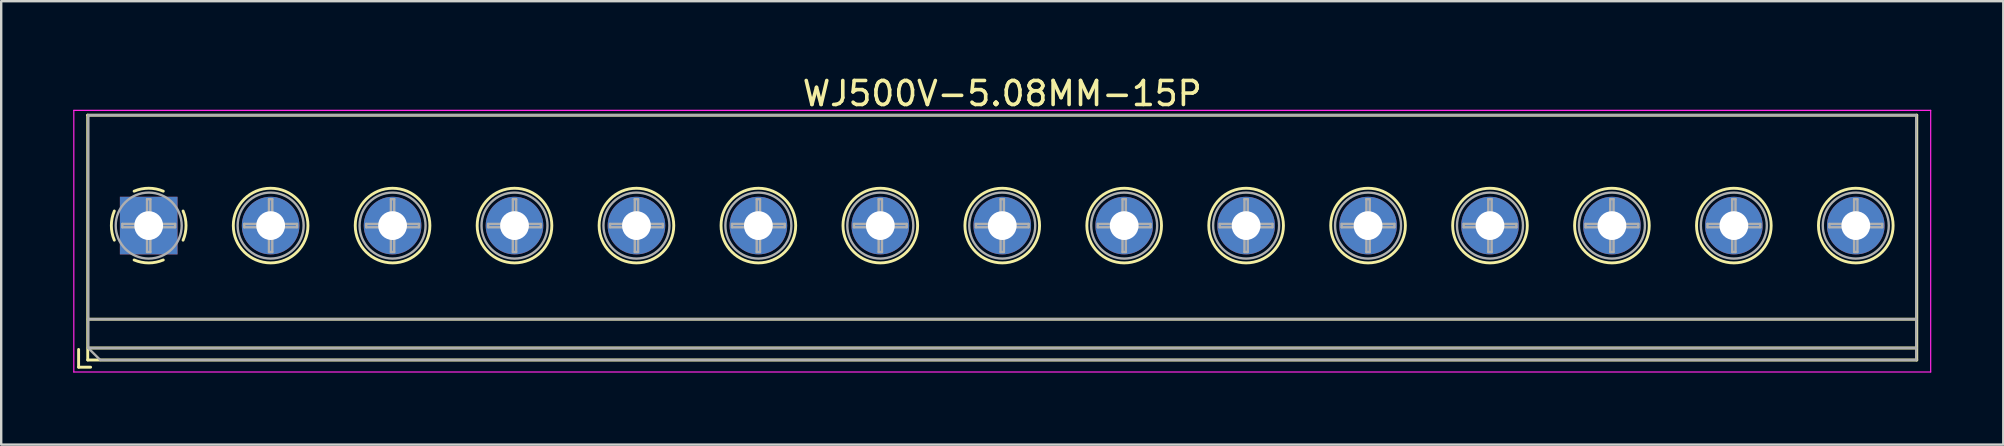
<source format=kicad_pcb>
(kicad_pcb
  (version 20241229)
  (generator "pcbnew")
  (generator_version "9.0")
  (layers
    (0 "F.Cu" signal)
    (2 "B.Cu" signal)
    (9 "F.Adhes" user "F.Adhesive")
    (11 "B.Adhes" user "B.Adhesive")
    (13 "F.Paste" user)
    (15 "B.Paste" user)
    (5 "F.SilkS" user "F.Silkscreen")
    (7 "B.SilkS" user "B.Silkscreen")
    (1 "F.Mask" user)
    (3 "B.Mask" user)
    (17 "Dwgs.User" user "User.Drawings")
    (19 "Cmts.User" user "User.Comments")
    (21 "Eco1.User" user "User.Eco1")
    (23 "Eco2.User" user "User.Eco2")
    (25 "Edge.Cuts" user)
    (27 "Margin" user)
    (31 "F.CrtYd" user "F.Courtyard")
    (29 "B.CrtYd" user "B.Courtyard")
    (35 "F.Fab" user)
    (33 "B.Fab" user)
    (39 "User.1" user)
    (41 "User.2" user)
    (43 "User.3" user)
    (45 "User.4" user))
  (footprint "WJ500V-5.08MM-15P"
    (layer "F.Cu")
    (at 38.705 6.348)
    (property "Reference" "WJ500V-5.08MM-15P" (at 0 -5.5 0) (layer "F.SilkS") (effects (font (size 1 1) (thickness 0.15))))
    (attr through_hole)
    (fp_line (start -38.48 5.16) (end -38.48 5.9) (stroke (width 0.12) (type solid)) (layer "F.SilkS"))
    (fp_line (start -38.48 5.9) (end -37.98 5.9) (stroke (width 0.12) (type solid)) (layer "F.SilkS"))
    (fp_line (start -38.1 -4.6) (end -38.1 5.6) (stroke (width 0.12) (type solid)) (layer "F.SilkS"))
    (fp_line (start -38.1 -4.6) (end 38.1 -4.6) (stroke (width 0.12) (type solid)) (layer "F.SilkS"))
    (fp_line (start -38.1 5.6) (end 38.1 5.6) (stroke (width 0.12) (type solid)) (layer "F.SilkS"))
    (fp_line (start -38.08 3.9) (end 38.08 3.9) (stroke (width 0.12) (type solid)) (layer "F.SilkS"))
    (fp_line (start -38.08 5.1) (end 38.08 5.1) (stroke (width 0.12) (type solid)) (layer "F.SilkS"))
    (fp_line (start 38.1 -4.6) (end 38.1 5.6) (stroke (width 0.12) (type solid)) (layer "F.SilkS"))
    (fp_arc (start -36.992109 0.607742) (mid -37.115727 -0.00014) (end -36.992 -0.608) (stroke (width 0.12) (type solid)) (layer "F.SilkS"))
    (fp_arc (start -36.167742 -1.432109) (mid -35.55986 -1.555727) (end -34.952 -1.432) (stroke (width 0.12) (type solid)) (layer "F.SilkS"))
    (fp_arc (start -34.952258 1.432109) (mid -35.56014 1.555727) (end -36.168 1.432) (stroke (width 0.12) (type solid)) (layer "F.SilkS"))
    (fp_arc (start -34.127891 -0.607742) (mid -34.004273 0.00014) (end -34.128 0.608) (stroke (width 0.12) (type solid)) (layer "F.SilkS"))
    (fp_circle (center -30.48 0) (end -28.925 0) (stroke (width 0.12) (type solid)) (fill no) (layer "F.SilkS"))
    (fp_circle (center -25.4 0) (end -23.845 0) (stroke (width 0.12) (type solid)) (fill no) (layer "F.SilkS"))
    (fp_circle (center -20.32 0) (end -18.765 0) (stroke (width 0.12) (type solid)) (fill no) (layer "F.SilkS"))
    (fp_circle (center -15.24 0) (end -13.685 0) (stroke (width 0.12) (type solid)) (fill no) (layer "F.SilkS"))
    (fp_circle (center -10.16 0) (end -8.605 0) (stroke (width 0.12) (type solid)) (fill no) (layer "F.SilkS"))
    (fp_circle (center -5.08 0) (end -3.525 0) (stroke (width 0.12) (type solid)) (fill no) (layer "F.SilkS"))
    (fp_circle (center 0 0) (end 1.555 0) (stroke (width 0.12) (type solid)) (fill no) (layer "F.SilkS"))
    (fp_circle (center 5.08 0) (end 6.635 0) (stroke (width 0.12) (type solid)) (fill no) (layer "F.SilkS"))
    (fp_circle (center 10.16 0) (end 11.715 0) (stroke (width 0.12) (type solid)) (fill no) (layer "F.SilkS"))
    (fp_circle (center 15.24 0) (end 16.795 0) (stroke (width 0.12) (type solid)) (fill no) (layer "F.SilkS"))
    (fp_circle (center 20.32 0) (end 21.875 0) (stroke (width 0.12) (type solid)) (fill no) (layer "F.SilkS"))
    (fp_circle (center 25.4 0) (end 26.955 0) (stroke (width 0.12) (type solid)) (fill no) (layer "F.SilkS"))
    (fp_circle (center 30.48 0) (end 32.035 0) (stroke (width 0.12) (type solid)) (fill no) (layer "F.SilkS"))
    (fp_circle (center 35.56 0) (end 37.115 0) (stroke (width 0.12) (type solid)) (fill no) (layer "F.SilkS"))
    (fp_line (start -38.68 -4.8) (end -38.68 6.1) (stroke (width 0.05) (type solid)) (layer "F.CrtYd"))
    (fp_line (start -38.68 6.1) (end 38.68 6.1) (stroke (width 0.05) (type solid)) (layer "F.CrtYd"))
    (fp_line (start 38.68 -4.8) (end -38.68 -4.8) (stroke (width 0.05) (type solid)) (layer "F.CrtYd"))
    (fp_line (start 38.68 6.1) (end 38.68 -4.8) (stroke (width 0.05) (type solid)) (layer "F.CrtYd"))
    (fp_line (start -38.08 -4.6) (end 38.08 -4.6) (stroke (width 0.1) (type solid)) (layer "F.Fab"))
    (fp_line (start -38.08 3.9) (end 38.08 3.9) (stroke (width 0.1) (type solid)) (layer "F.Fab"))
    (fp_line (start -38.08 5.1) (end -38.08 -4.6) (stroke (width 0.1) (type solid)) (layer "F.Fab"))
    (fp_line (start -38.08 5.1) (end 38.08 5.1) (stroke (width 0.1) (type solid)) (layer "F.Fab"))
    (fp_line (start -37.58 5.6) (end -38.08 5.1) (stroke (width 0.1) (type solid)) (layer "F.Fab"))
    (fp_line (start -36.66 -0.069) (end -35.629 -0.069) (stroke (width 0.1) (type solid)) (layer "F.Fab"))
    (fp_line (start -36.66 0.069) (end -36.66 -0.069) (stroke (width 0.1) (type solid)) (layer "F.Fab"))
    (fp_line (start -35.629 -1.1) (end -35.491 -1.1) (stroke (width 0.1) (type solid)) (layer "F.Fab"))
    (fp_line (start -35.629 -0.069) (end -35.629 -1.1) (stroke (width 0.1) (type solid)) (layer "F.Fab"))
    (fp_line (start -35.629 0.069) (end -36.66 0.069) (stroke (width 0.1) (type solid)) (layer "F.Fab"))
    (fp_line (start -35.629 1.1) (end -35.629 0.069) (stroke (width 0.1) (type solid)) (layer "F.Fab"))
    (fp_line (start -35.491 -1.1) (end -35.491 -0.069) (stroke (width 0.1) (type solid)) (layer "F.Fab"))
    (fp_line (start -35.491 -0.069) (end -34.46 -0.069) (stroke (width 0.1) (type solid)) (layer "F.Fab"))
    (fp_line (start -35.491 0.069) (end -35.491 1.1) (stroke (width 0.1) (type solid)) (layer "F.Fab"))
    (fp_line (start -35.491 1.1) (end -35.629 1.1) (stroke (width 0.1) (type solid)) (layer "F.Fab"))
    (fp_line (start -34.46 -0.069) (end -34.46 0.069) (stroke (width 0.1) (type solid)) (layer "F.Fab"))
    (fp_line (start -34.46 0.069) (end -35.491 0.069) (stroke (width 0.1) (type solid)) (layer "F.Fab"))
    (fp_line (start -31.58 -0.069) (end -30.549 -0.069) (stroke (width 0.1) (type solid)) (layer "F.Fab"))
    (fp_line (start -31.58 0.069) (end -31.58 -0.069) (stroke (width 0.1) (type solid)) (layer "F.Fab"))
    (fp_line (start -30.549 -1.1) (end -30.411 -1.1) (stroke (width 0.1) (type solid)) (layer "F.Fab"))
    (fp_line (start -30.549 -0.069) (end -30.549 -1.1) (stroke (width 0.1) (type solid)) (layer "F.Fab"))
    (fp_line (start -30.549 0.069) (end -31.58 0.069) (stroke (width 0.1) (type solid)) (layer "F.Fab"))
    (fp_line (start -30.549 1.1) (end -30.549 0.069) (stroke (width 0.1) (type solid)) (layer "F.Fab"))
    (fp_line (start -30.411 -1.1) (end -30.411 -0.069) (stroke (width 0.1) (type solid)) (layer "F.Fab"))
    (fp_line (start -30.411 -0.069) (end -29.38 -0.069) (stroke (width 0.1) (type solid)) (layer "F.Fab"))
    (fp_line (start -30.411 0.069) (end -30.411 1.1) (stroke (width 0.1) (type solid)) (layer "F.Fab"))
    (fp_line (start -30.411 1.1) (end -30.549 1.1) (stroke (width 0.1) (type solid)) (layer "F.Fab"))
    (fp_line (start -29.38 -0.069) (end -29.38 0.069) (stroke (width 0.1) (type solid)) (layer "F.Fab"))
    (fp_line (start -29.38 0.069) (end -30.411 0.069) (stroke (width 0.1) (type solid)) (layer "F.Fab"))
    (fp_line (start -26.5 -0.069) (end -25.469 -0.069) (stroke (width 0.1) (type solid)) (layer "F.Fab"))
    (fp_line (start -26.5 0.069) (end -26.5 -0.069) (stroke (width 0.1) (type solid)) (layer "F.Fab"))
    (fp_line (start -25.469 -1.1) (end -25.331 -1.1) (stroke (width 0.1) (type solid)) (layer "F.Fab"))
    (fp_line (start -25.469 -0.069) (end -25.469 -1.1) (stroke (width 0.1) (type solid)) (layer "F.Fab"))
    (fp_line (start -25.469 0.069) (end -26.5 0.069) (stroke (width 0.1) (type solid)) (layer "F.Fab"))
    (fp_line (start -25.469 1.1) (end -25.469 0.069) (stroke (width 0.1) (type solid)) (layer "F.Fab"))
    (fp_line (start -25.331 -1.1) (end -25.331 -0.069) (stroke (width 0.1) (type solid)) (layer "F.Fab"))
    (fp_line (start -25.331 -0.069) (end -24.3 -0.069) (stroke (width 0.1) (type solid)) (layer "F.Fab"))
    (fp_line (start -25.331 0.069) (end -25.331 1.1) (stroke (width 0.1) (type solid)) (layer "F.Fab"))
    (fp_line (start -25.331 1.1) (end -25.469 1.1) (stroke (width 0.1) (type solid)) (layer "F.Fab"))
    (fp_line (start -24.3 -0.069) (end -24.3 0.069) (stroke (width 0.1) (type solid)) (layer "F.Fab"))
    (fp_line (start -24.3 0.069) (end -25.331 0.069) (stroke (width 0.1) (type solid)) (layer "F.Fab"))
    (fp_line (start -21.42 -0.069) (end -20.389 -0.069) (stroke (width 0.1) (type solid)) (layer "F.Fab"))
    (fp_line (start -21.42 0.069) (end -21.42 -0.069) (stroke (width 0.1) (type solid)) (layer "F.Fab"))
    (fp_line (start -20.389 -1.1) (end -20.251 -1.1) (stroke (width 0.1) (type solid)) (layer "F.Fab"))
    (fp_line (start -20.389 -0.069) (end -20.389 -1.1) (stroke (width 0.1) (type solid)) (layer "F.Fab"))
    (fp_line (start -20.389 0.069) (end -21.42 0.069) (stroke (width 0.1) (type solid)) (layer "F.Fab"))
    (fp_line (start -20.389 1.1) (end -20.389 0.069) (stroke (width 0.1) (type solid)) (layer "F.Fab"))
    (fp_line (start -20.251 -1.1) (end -20.251 -0.069) (stroke (width 0.1) (type solid)) (layer "F.Fab"))
    (fp_line (start -20.251 -0.069) (end -19.22 -0.069) (stroke (width 0.1) (type solid)) (layer "F.Fab"))
    (fp_line (start -20.251 0.069) (end -20.251 1.1) (stroke (width 0.1) (type solid)) (layer "F.Fab"))
    (fp_line (start -20.251 1.1) (end -20.389 1.1) (stroke (width 0.1) (type solid)) (layer "F.Fab"))
    (fp_line (start -19.22 -0.069) (end -19.22 0.069) (stroke (width 0.1) (type solid)) (layer "F.Fab"))
    (fp_line (start -19.22 0.069) (end -20.251 0.069) (stroke (width 0.1) (type solid)) (layer "F.Fab"))
    (fp_line (start -16.34 -0.069) (end -15.309 -0.069) (stroke (width 0.1) (type solid)) (layer "F.Fab"))
    (fp_line (start -16.34 0.069) (end -16.34 -0.069) (stroke (width 0.1) (type solid)) (layer "F.Fab"))
    (fp_line (start -15.309 -1.1) (end -15.171 -1.1) (stroke (width 0.1) (type solid)) (layer "F.Fab"))
    (fp_line (start -15.309 -0.069) (end -15.309 -1.1) (stroke (width 0.1) (type solid)) (layer "F.Fab"))
    (fp_line (start -15.309 0.069) (end -16.34 0.069) (stroke (width 0.1) (type solid)) (layer "F.Fab"))
    (fp_line (start -15.309 1.1) (end -15.309 0.069) (stroke (width 0.1) (type solid)) (layer "F.Fab"))
    (fp_line (start -15.171 -1.1) (end -15.171 -0.069) (stroke (width 0.1) (type solid)) (layer "F.Fab"))
    (fp_line (start -15.171 -0.069) (end -14.14 -0.069) (stroke (width 0.1) (type solid)) (layer "F.Fab"))
    (fp_line (start -15.171 0.069) (end -15.171 1.1) (stroke (width 0.1) (type solid)) (layer "F.Fab"))
    (fp_line (start -15.171 1.1) (end -15.309 1.1) (stroke (width 0.1) (type solid)) (layer "F.Fab"))
    (fp_line (start -14.14 -0.069) (end -14.14 0.069) (stroke (width 0.1) (type solid)) (layer "F.Fab"))
    (fp_line (start -14.14 0.069) (end -15.171 0.069) (stroke (width 0.1) (type solid)) (layer "F.Fab"))
    (fp_line (start -11.26 -0.069) (end -10.229 -0.069) (stroke (width 0.1) (type solid)) (layer "F.Fab"))
    (fp_line (start -11.26 0.069) (end -11.26 -0.069) (stroke (width 0.1) (type solid)) (layer "F.Fab"))
    (fp_line (start -10.229 -1.1) (end -10.091 -1.1) (stroke (width 0.1) (type solid)) (layer "F.Fab"))
    (fp_line (start -10.229 -0.069) (end -10.229 -1.1) (stroke (width 0.1) (type solid)) (layer "F.Fab"))
    (fp_line (start -10.229 0.069) (end -11.26 0.069) (stroke (width 0.1) (type solid)) (layer "F.Fab"))
    (fp_line (start -10.229 1.1) (end -10.229 0.069) (stroke (width 0.1) (type solid)) (layer "F.Fab"))
    (fp_line (start -10.091 -1.1) (end -10.091 -0.069) (stroke (width 0.1) (type solid)) (layer "F.Fab"))
    (fp_line (start -10.091 -0.069) (end -9.06 -0.069) (stroke (width 0.1) (type solid)) (layer "F.Fab"))
    (fp_line (start -10.091 0.069) (end -10.091 1.1) (stroke (width 0.1) (type solid)) (layer "F.Fab"))
    (fp_line (start -10.091 1.1) (end -10.229 1.1) (stroke (width 0.1) (type solid)) (layer "F.Fab"))
    (fp_line (start -9.06 -0.069) (end -9.06 0.069) (stroke (width 0.1) (type solid)) (layer "F.Fab"))
    (fp_line (start -9.06 0.069) (end -10.091 0.069) (stroke (width 0.1) (type solid)) (layer "F.Fab"))
    (fp_line (start -6.18 -0.069) (end -5.149 -0.069) (stroke (width 0.1) (type solid)) (layer "F.Fab"))
    (fp_line (start -6.18 0.069) (end -6.18 -0.069) (stroke (width 0.1) (type solid)) (layer "F.Fab"))
    (fp_line (start -5.149 -1.1) (end -5.011 -1.1) (stroke (width 0.1) (type solid)) (layer "F.Fab"))
    (fp_line (start -5.149 -0.069) (end -5.149 -1.1) (stroke (width 0.1) (type solid)) (layer "F.Fab"))
    (fp_line (start -5.149 0.069) (end -6.18 0.069) (stroke (width 0.1) (type solid)) (layer "F.Fab"))
    (fp_line (start -5.149 1.1) (end -5.149 0.069) (stroke (width 0.1) (type solid)) (layer "F.Fab"))
    (fp_line (start -5.011 -1.1) (end -5.011 -0.069) (stroke (width 0.1) (type solid)) (layer "F.Fab"))
    (fp_line (start -5.011 -0.069) (end -3.98 -0.069) (stroke (width 0.1) (type solid)) (layer "F.Fab"))
    (fp_line (start -5.011 0.069) (end -5.011 1.1) (stroke (width 0.1) (type solid)) (layer "F.Fab"))
    (fp_line (start -5.011 1.1) (end -5.149 1.1) (stroke (width 0.1) (type solid)) (layer "F.Fab"))
    (fp_line (start -3.98 -0.069) (end -3.98 0.069) (stroke (width 0.1) (type solid)) (layer "F.Fab"))
    (fp_line (start -3.98 0.069) (end -5.011 0.069) (stroke (width 0.1) (type solid)) (layer "F.Fab"))
    (fp_line (start -1.1 -0.069) (end -0.069 -0.069) (stroke (width 0.1) (type solid)) (layer "F.Fab"))
    (fp_line (start -1.1 0.069) (end -1.1 -0.069) (stroke (width 0.1) (type solid)) (layer "F.Fab"))
    (fp_line (start -0.069 -1.1) (end 0.069 -1.1) (stroke (width 0.1) (type solid)) (layer "F.Fab"))
    (fp_line (start -0.069 -0.069) (end -0.069 -1.1) (stroke (width 0.1) (type solid)) (layer "F.Fab"))
    (fp_line (start -0.069 0.069) (end -1.1 0.069) (stroke (width 0.1) (type solid)) (layer "F.Fab"))
    (fp_line (start -0.069 1.1) (end -0.069 0.069) (stroke (width 0.1) (type solid)) (layer "F.Fab"))
    (fp_line (start 0.069 -1.1) (end 0.069 -0.069) (stroke (width 0.1) (type solid)) (layer "F.Fab"))
    (fp_line (start 0.069 -0.069) (end 1.1 -0.069) (stroke (width 0.1) (type solid)) (layer "F.Fab"))
    (fp_line (start 0.069 0.069) (end 0.069 1.1) (stroke (width 0.1) (type solid)) (layer "F.Fab"))
    (fp_line (start 0.069 1.1) (end -0.069 1.1) (stroke (width 0.1) (type solid)) (layer "F.Fab"))
    (fp_line (start 1.1 -0.069) (end 1.1 0.069) (stroke (width 0.1) (type solid)) (layer "F.Fab"))
    (fp_line (start 1.1 0.069) (end 0.069 0.069) (stroke (width 0.1) (type solid)) (layer "F.Fab"))
    (fp_line (start 3.98 -0.069) (end 5.011 -0.069) (stroke (width 0.1) (type solid)) (layer "F.Fab"))
    (fp_line (start 3.98 0.069) (end 3.98 -0.069) (stroke (width 0.1) (type solid)) (layer "F.Fab"))
    (fp_line (start 5.011 -1.1) (end 5.149 -1.1) (stroke (width 0.1) (type solid)) (layer "F.Fab"))
    (fp_line (start 5.011 -0.069) (end 5.011 -1.1) (stroke (width 0.1) (type solid)) (layer "F.Fab"))
    (fp_line (start 5.011 0.069) (end 3.98 0.069) (stroke (width 0.1) (type solid)) (layer "F.Fab"))
    (fp_line (start 5.011 1.1) (end 5.011 0.069) (stroke (width 0.1) (type solid)) (layer "F.Fab"))
    (fp_line (start 5.149 -1.1) (end 5.149 -0.069) (stroke (width 0.1) (type solid)) (layer "F.Fab"))
    (fp_line (start 5.149 -0.069) (end 6.18 -0.069) (stroke (width 0.1) (type solid)) (layer "F.Fab"))
    (fp_line (start 5.149 0.069) (end 5.149 1.1) (stroke (width 0.1) (type solid)) (layer "F.Fab"))
    (fp_line (start 5.149 1.1) (end 5.011 1.1) (stroke (width 0.1) (type solid)) (layer "F.Fab"))
    (fp_line (start 6.18 -0.069) (end 6.18 0.069) (stroke (width 0.1) (type solid)) (layer "F.Fab"))
    (fp_line (start 6.18 0.069) (end 5.149 0.069) (stroke (width 0.1) (type solid)) (layer "F.Fab"))
    (fp_line (start 9.06 -0.069) (end 10.091 -0.069) (stroke (width 0.1) (type solid)) (layer "F.Fab"))
    (fp_line (start 9.06 0.069) (end 9.06 -0.069) (stroke (width 0.1) (type solid)) (layer "F.Fab"))
    (fp_line (start 10.091 -1.1) (end 10.229 -1.1) (stroke (width 0.1) (type solid)) (layer "F.Fab"))
    (fp_line (start 10.091 -0.069) (end 10.091 -1.1) (stroke (width 0.1) (type solid)) (layer "F.Fab"))
    (fp_line (start 10.091 0.069) (end 9.06 0.069) (stroke (width 0.1) (type solid)) (layer "F.Fab"))
    (fp_line (start 10.091 1.1) (end 10.091 0.069) (stroke (width 0.1) (type solid)) (layer "F.Fab"))
    (fp_line (start 10.229 -1.1) (end 10.229 -0.069) (stroke (width 0.1) (type solid)) (layer "F.Fab"))
    (fp_line (start 10.229 -0.069) (end 11.26 -0.069) (stroke (width 0.1) (type solid)) (layer "F.Fab"))
    (fp_line (start 10.229 0.069) (end 10.229 1.1) (stroke (width 0.1) (type solid)) (layer "F.Fab"))
    (fp_line (start 10.229 1.1) (end 10.091 1.1) (stroke (width 0.1) (type solid)) (layer "F.Fab"))
    (fp_line (start 11.26 -0.069) (end 11.26 0.069) (stroke (width 0.1) (type solid)) (layer "F.Fab"))
    (fp_line (start 11.26 0.069) (end 10.229 0.069) (stroke (width 0.1) (type solid)) (layer "F.Fab"))
    (fp_line (start 14.14 -0.069) (end 15.171 -0.069) (stroke (width 0.1) (type solid)) (layer "F.Fab"))
    (fp_line (start 14.14 0.069) (end 14.14 -0.069) (stroke (width 0.1) (type solid)) (layer "F.Fab"))
    (fp_line (start 15.171 -1.1) (end 15.309 -1.1) (stroke (width 0.1) (type solid)) (layer "F.Fab"))
    (fp_line (start 15.171 -0.069) (end 15.171 -1.1) (stroke (width 0.1) (type solid)) (layer "F.Fab"))
    (fp_line (start 15.171 0.069) (end 14.14 0.069) (stroke (width 0.1) (type solid)) (layer "F.Fab"))
    (fp_line (start 15.171 1.1) (end 15.171 0.069) (stroke (width 0.1) (type solid)) (layer "F.Fab"))
    (fp_line (start 15.309 -1.1) (end 15.309 -0.069) (stroke (width 0.1) (type solid)) (layer "F.Fab"))
    (fp_line (start 15.309 -0.069) (end 16.34 -0.069) (stroke (width 0.1) (type solid)) (layer "F.Fab"))
    (fp_line (start 15.309 0.069) (end 15.309 1.1) (stroke (width 0.1) (type solid)) (layer "F.Fab"))
    (fp_line (start 15.309 1.1) (end 15.171 1.1) (stroke (width 0.1) (type solid)) (layer "F.Fab"))
    (fp_line (start 16.34 -0.069) (end 16.34 0.069) (stroke (width 0.1) (type solid)) (layer "F.Fab"))
    (fp_line (start 16.34 0.069) (end 15.309 0.069) (stroke (width 0.1) (type solid)) (layer "F.Fab"))
    (fp_line (start 19.22 -0.069) (end 20.251 -0.069) (stroke (width 0.1) (type solid)) (layer "F.Fab"))
    (fp_line (start 19.22 0.069) (end 19.22 -0.069) (stroke (width 0.1) (type solid)) (layer "F.Fab"))
    (fp_line (start 20.251 -1.1) (end 20.389 -1.1) (stroke (width 0.1) (type solid)) (layer "F.Fab"))
    (fp_line (start 20.251 -0.069) (end 20.251 -1.1) (stroke (width 0.1) (type solid)) (layer "F.Fab"))
    (fp_line (start 20.251 0.069) (end 19.22 0.069) (stroke (width 0.1) (type solid)) (layer "F.Fab"))
    (fp_line (start 20.251 1.1) (end 20.251 0.069) (stroke (width 0.1) (type solid)) (layer "F.Fab"))
    (fp_line (start 20.389 -1.1) (end 20.389 -0.069) (stroke (width 0.1) (type solid)) (layer "F.Fab"))
    (fp_line (start 20.389 -0.069) (end 21.42 -0.069) (stroke (width 0.1) (type solid)) (layer "F.Fab"))
    (fp_line (start 20.389 0.069) (end 20.389 1.1) (stroke (width 0.1) (type solid)) (layer "F.Fab"))
    (fp_line (start 20.389 1.1) (end 20.251 1.1) (stroke (width 0.1) (type solid)) (layer "F.Fab"))
    (fp_line (start 21.42 -0.069) (end 21.42 0.069) (stroke (width 0.1) (type solid)) (layer "F.Fab"))
    (fp_line (start 21.42 0.069) (end 20.389 0.069) (stroke (width 0.1) (type solid)) (layer "F.Fab"))
    (fp_line (start 24.3 -0.069) (end 25.331 -0.069) (stroke (width 0.1) (type solid)) (layer "F.Fab"))
    (fp_line (start 24.3 0.069) (end 24.3 -0.069) (stroke (width 0.1) (type solid)) (layer "F.Fab"))
    (fp_line (start 25.331 -1.1) (end 25.469 -1.1) (stroke (width 0.1) (type solid)) (layer "F.Fab"))
    (fp_line (start 25.331 -0.069) (end 25.331 -1.1) (stroke (width 0.1) (type solid)) (layer "F.Fab"))
    (fp_line (start 25.331 0.069) (end 24.3 0.069) (stroke (width 0.1) (type solid)) (layer "F.Fab"))
    (fp_line (start 25.331 1.1) (end 25.331 0.069) (stroke (width 0.1) (type solid)) (layer "F.Fab"))
    (fp_line (start 25.469 -1.1) (end 25.469 -0.069) (stroke (width 0.1) (type solid)) (layer "F.Fab"))
    (fp_line (start 25.469 -0.069) (end 26.5 -0.069) (stroke (width 0.1) (type solid)) (layer "F.Fab"))
    (fp_line (start 25.469 0.069) (end 25.469 1.1) (stroke (width 0.1) (type solid)) (layer "F.Fab"))
    (fp_line (start 25.469 1.1) (end 25.331 1.1) (stroke (width 0.1) (type solid)) (layer "F.Fab"))
    (fp_line (start 26.5 -0.069) (end 26.5 0.069) (stroke (width 0.1) (type solid)) (layer "F.Fab"))
    (fp_line (start 26.5 0.069) (end 25.469 0.069) (stroke (width 0.1) (type solid)) (layer "F.Fab"))
    (fp_line (start 29.38 -0.069) (end 30.411 -0.069) (stroke (width 0.1) (type solid)) (layer "F.Fab"))
    (fp_line (start 29.38 0.069) (end 29.38 -0.069) (stroke (width 0.1) (type solid)) (layer "F.Fab"))
    (fp_line (start 30.411 -1.1) (end 30.549 -1.1) (stroke (width 0.1) (type solid)) (layer "F.Fab"))
    (fp_line (start 30.411 -0.069) (end 30.411 -1.1) (stroke (width 0.1) (type solid)) (layer "F.Fab"))
    (fp_line (start 30.411 0.069) (end 29.38 0.069) (stroke (width 0.1) (type solid)) (layer "F.Fab"))
    (fp_line (start 30.411 1.1) (end 30.411 0.069) (stroke (width 0.1) (type solid)) (layer "F.Fab"))
    (fp_line (start 30.549 -1.1) (end 30.549 -0.069) (stroke (width 0.1) (type solid)) (layer "F.Fab"))
    (fp_line (start 30.549 -0.069) (end 31.58 -0.069) (stroke (width 0.1) (type solid)) (layer "F.Fab"))
    (fp_line (start 30.549 0.069) (end 30.549 1.1) (stroke (width 0.1) (type solid)) (layer "F.Fab"))
    (fp_line (start 30.549 1.1) (end 30.411 1.1) (stroke (width 0.1) (type solid)) (layer "F.Fab"))
    (fp_line (start 31.58 -0.069) (end 31.58 0.069) (stroke (width 0.1) (type solid)) (layer "F.Fab"))
    (fp_line (start 31.58 0.069) (end 30.549 0.069) (stroke (width 0.1) (type solid)) (layer "F.Fab"))
    (fp_line (start 34.46 -0.069) (end 35.491 -0.069) (stroke (width 0.1) (type solid)) (layer "F.Fab"))
    (fp_line (start 34.46 0.069) (end 34.46 -0.069) (stroke (width 0.1) (type solid)) (layer "F.Fab"))
    (fp_line (start 35.491 -1.1) (end 35.629 -1.1) (stroke (width 0.1) (type solid)) (layer "F.Fab"))
    (fp_line (start 35.491 -0.069) (end 35.491 -1.1) (stroke (width 0.1) (type solid)) (layer "F.Fab"))
    (fp_line (start 35.491 0.069) (end 34.46 0.069) (stroke (width 0.1) (type solid)) (layer "F.Fab"))
    (fp_line (start 35.491 1.1) (end 35.491 0.069) (stroke (width 0.1) (type solid)) (layer "F.Fab"))
    (fp_line (start 35.629 -1.1) (end 35.629 -0.069) (stroke (width 0.1) (type solid)) (layer "F.Fab"))
    (fp_line (start 35.629 -0.069) (end 36.66 -0.069) (stroke (width 0.1) (type solid)) (layer "F.Fab"))
    (fp_line (start 35.629 0.069) (end 35.629 1.1) (stroke (width 0.1) (type solid)) (layer "F.Fab"))
    (fp_line (start 35.629 1.1) (end 35.491 1.1) (stroke (width 0.1) (type solid)) (layer "F.Fab"))
    (fp_line (start 36.66 -0.069) (end 36.66 0.069) (stroke (width 0.1) (type solid)) (layer "F.Fab"))
    (fp_line (start 36.66 0.069) (end 35.629 0.069) (stroke (width 0.1) (type solid)) (layer "F.Fab"))
    (fp_line (start 38.08 -4.6) (end 38.08 5.6) (stroke (width 0.1) (type solid)) (layer "F.Fab"))
    (fp_line (start 38.08 5.6) (end -37.58 5.6) (stroke (width 0.1) (type solid)) (layer "F.Fab"))
    (fp_circle (center -35.56 0) (end -34.185 0) (stroke (width 0.1) (type solid)) (fill no) (layer "F.Fab"))
    (fp_circle (center -30.48 0) (end -29.105 0) (stroke (width 0.1) (type solid)) (fill no) (layer "F.Fab"))
    (fp_circle (center -25.4 0) (end -24.025 0) (stroke (width 0.1) (type solid)) (fill no) (layer "F.Fab"))
    (fp_circle (center -20.32 0) (end -18.945 0) (stroke (width 0.1) (type solid)) (fill no) (layer "F.Fab"))
    (fp_circle (center -15.24 0) (end -13.865 0) (stroke (width 0.1) (type solid)) (fill no) (layer "F.Fab"))
    (fp_circle (center -10.16 0) (end -8.785 0) (stroke (width 0.1) (type solid)) (fill no) (layer "F.Fab"))
    (fp_circle (center -5.08 0) (end -3.705 0) (stroke (width 0.1) (type solid)) (fill no) (layer "F.Fab"))
    (fp_circle (center 0 0) (end 1.375 0) (stroke (width 0.1) (type solid)) (fill no) (layer "F.Fab"))
    (fp_circle (center 5.08 0) (end 6.455 0) (stroke (width 0.1) (type solid)) (fill no) (layer "F.Fab"))
    (fp_circle (center 10.16 0) (end 11.535 0) (stroke (width 0.1) (type solid)) (fill no) (layer "F.Fab"))
    (fp_circle (center 15.24 0) (end 16.615 0) (stroke (width 0.1) (type solid)) (fill no) (layer "F.Fab"))
    (fp_circle (center 20.32 0) (end 21.695 0) (stroke (width 0.1) (type solid)) (fill no) (layer "F.Fab"))
    (fp_circle (center 25.4 0) (end 26.775 0) (stroke (width 0.1) (type solid)) (fill no) (layer "F.Fab"))
    (fp_circle (center 30.48 0) (end 31.855 0) (stroke (width 0.1) (type solid)) (fill no) (layer "F.Fab"))
    (fp_circle (center 35.56 0) (end 36.935 0) (stroke (width 0.1) (type solid)) (fill no) (layer "F.Fab"))
    (pad "1" thru_hole rect (at -35.56 0) (size 2.4 2.4) (drill 1.2) (layers "*.Cu" "*.Mask"))
    (pad "2" thru_hole circle (at -30.48 0) (size 2.4 2.4) (drill 1.2) (layers "*.Cu" "*.Mask"))
    (pad "3" thru_hole circle (at -25.4 0) (size 2.4 2.4) (drill 1.2) (layers "*.Cu" "*.Mask"))
    (pad "4" thru_hole circle (at -20.32 0) (size 2.4 2.4) (drill 1.2) (layers "*.Cu" "*.Mask"))
    (pad "5" thru_hole circle (at -15.24 0) (size 2.4 2.4) (drill 1.2) (layers "*.Cu" "*.Mask"))
    (pad "6" thru_hole circle (at -10.16 0) (size 2.4 2.4) (drill 1.2) (layers "*.Cu" "*.Mask"))
    (pad "7" thru_hole circle (at -5.08 0) (size 2.4 2.4) (drill 1.2) (layers "*.Cu" "*.Mask"))
    (pad "8" thru_hole circle (at 0 0) (size 2.4 2.4) (drill 1.2) (layers "*.Cu" "*.Mask"))
    (pad "9" thru_hole circle (at 5.08 0) (size 2.4 2.4) (drill 1.2) (layers "*.Cu" "*.Mask"))
    (pad "10" thru_hole circle (at 10.16 0) (size 2.4 2.4) (drill 1.2) (layers "*.Cu" "*.Mask"))
    (pad "11" thru_hole circle (at 15.24 0) (size 2.4 2.4) (drill 1.2) (layers "*.Cu" "*.Mask"))
    (pad "12" thru_hole circle (at 20.32 0) (size 2.4 2.4) (drill 1.2) (layers "*.Cu" "*.Mask"))
    (pad "13" thru_hole circle (at 25.4 0) (size 2.4 2.4) (drill 1.2) (layers "*.Cu" "*.Mask"))
    (pad "14" thru_hole circle (at 30.48 0) (size 2.4 2.4) (drill 1.2) (layers "*.Cu" "*.Mask"))
    (pad "15" thru_hole circle (at 35.56 0) (size 2.4 2.4) (drill 1.2) (layers "*.Cu" "*.Mask")))
  (gr_rect
    (start -3 -3)
    (end 80.41 15.473)
    (stroke (width 0.1) (type default))
    (fill no)
    (layer "Edge.Cuts")))
</source>
